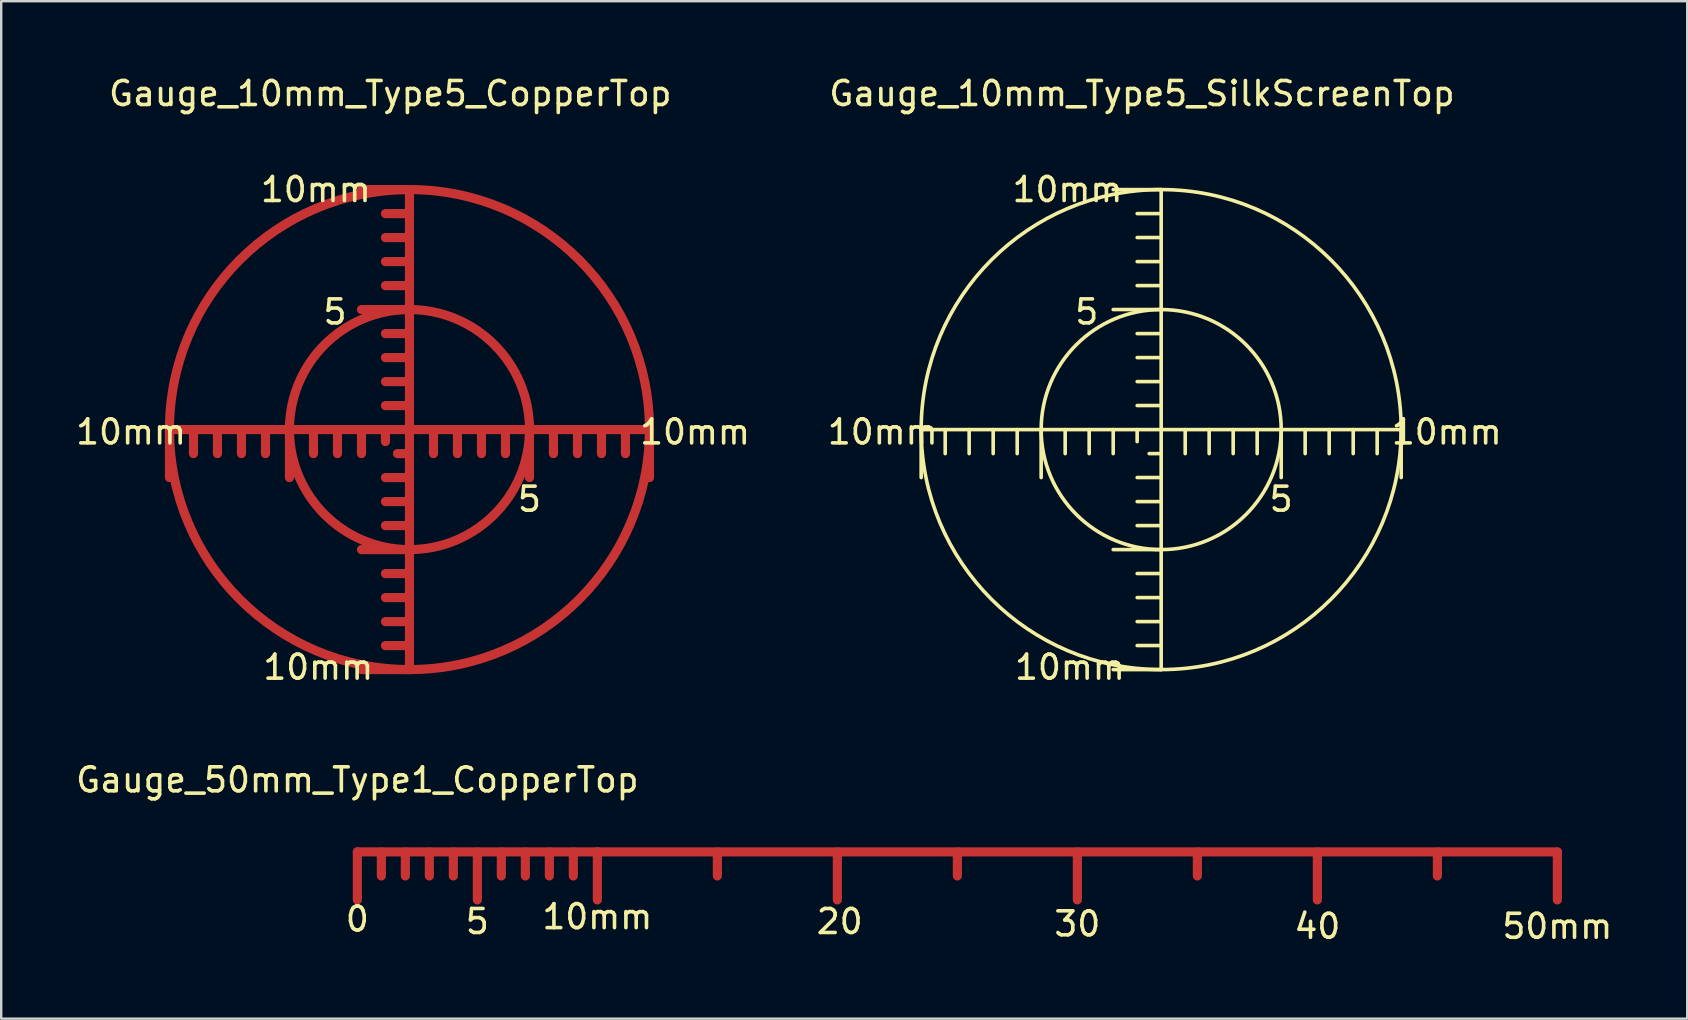
<source format=kicad_pcb>
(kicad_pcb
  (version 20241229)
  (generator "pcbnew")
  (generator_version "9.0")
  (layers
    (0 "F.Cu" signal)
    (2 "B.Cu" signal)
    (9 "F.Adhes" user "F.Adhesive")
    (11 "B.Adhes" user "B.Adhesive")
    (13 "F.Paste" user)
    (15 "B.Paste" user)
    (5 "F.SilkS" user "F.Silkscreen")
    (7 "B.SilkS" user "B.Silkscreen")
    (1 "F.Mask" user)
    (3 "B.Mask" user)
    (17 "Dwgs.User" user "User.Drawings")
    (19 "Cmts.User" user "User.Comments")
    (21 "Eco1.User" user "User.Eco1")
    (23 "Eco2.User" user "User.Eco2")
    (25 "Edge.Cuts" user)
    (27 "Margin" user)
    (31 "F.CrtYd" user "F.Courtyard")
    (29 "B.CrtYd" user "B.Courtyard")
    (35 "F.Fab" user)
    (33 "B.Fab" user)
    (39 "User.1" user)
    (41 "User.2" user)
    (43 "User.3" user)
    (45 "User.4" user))
  (footprint "Gauge_10mm_Type5_CopperTop"
    (layer "F.Cu")
    (at 14.011 14.849)
    (property "Reference" "Gauge_10mm_Type5_CopperTop" (at -0.8 -14 0) (layer "F.SilkS") (effects (font (size 1 1) (thickness 0.15))))
    (attr through_hole)
    (fp_line (start -10 0) (end -10 1.999) (stroke (width 0.381) (type solid)) (layer "F.Cu"))
    (fp_line (start -8.999 0) (end -8.999 1.001) (stroke (width 0.381) (type solid)) (layer "F.Cu"))
    (fp_line (start -8.001 0) (end -8.001 1.001) (stroke (width 0.381) (type solid)) (layer "F.Cu"))
    (fp_line (start -7 0) (end -7 1.001) (stroke (width 0.381) (type solid)) (layer "F.Cu"))
    (fp_line (start -5.999 0) (end -5.999 1.001) (stroke (width 0.381) (type solid)) (layer "F.Cu"))
    (fp_line (start -5.001 0) (end -5.001 1.999) (stroke (width 0.381) (type solid)) (layer "F.Cu"))
    (fp_line (start -4 0) (end -4 1.001) (stroke (width 0.381) (type solid)) (layer "F.Cu"))
    (fp_line (start -3 0) (end -3 1.001) (stroke (width 0.381) (type solid)) (layer "F.Cu"))
    (fp_line (start -1.999 0) (end -1.999 1.001) (stroke (width 0.381) (type solid)) (layer "F.Cu"))
    (fp_line (start -1.001 0) (end -1.001 0.5) (stroke (width 0.381) (type solid)) (layer "F.Cu"))
    (fp_line (start 0 -10) (end -1.999 -10) (stroke (width 0.381) (type solid)) (layer "F.Cu"))
    (fp_line (start 0 -8.999) (end -1.001 -8.999) (stroke (width 0.381) (type solid)) (layer "F.Cu"))
    (fp_line (start 0 -8.001) (end -1.001 -8.001) (stroke (width 0.381) (type solid)) (layer "F.Cu"))
    (fp_line (start 0 -7) (end -1.001 -7) (stroke (width 0.381) (type solid)) (layer "F.Cu"))
    (fp_line (start 0 -5.999) (end -1.001 -5.999) (stroke (width 0.381) (type solid)) (layer "F.Cu"))
    (fp_line (start 0 -5.001) (end -1.999 -5.001) (stroke (width 0.381) (type solid)) (layer "F.Cu"))
    (fp_line (start 0 -4) (end -1.001 -4) (stroke (width 0.381) (type solid)) (layer "F.Cu"))
    (fp_line (start 0 -3) (end -1.001 -3) (stroke (width 0.381) (type solid)) (layer "F.Cu"))
    (fp_line (start 0 -1.999) (end -1.001 -1.999) (stroke (width 0.381) (type solid)) (layer "F.Cu"))
    (fp_line (start 0 -1.001) (end -1.001 -1.001) (stroke (width 0.381) (type solid)) (layer "F.Cu"))
    (fp_line (start 0 0) (end -10 0) (stroke (width 0.381) (type solid)) (layer "F.Cu"))
    (fp_line (start 0 0) (end 0 -10) (stroke (width 0.381) (type solid)) (layer "F.Cu"))
    (fp_line (start 0 0) (end 0 1.999) (stroke (width 0.381) (type solid)) (layer "F.Cu"))
    (fp_line (start 0 0) (end 10 0) (stroke (width 0.381) (type solid)) (layer "F.Cu"))
    (fp_line (start 0 1.001) (end -0.5 1.001) (stroke (width 0.381) (type solid)) (layer "F.Cu"))
    (fp_line (start 0 1.999) (end -1.001 1.999) (stroke (width 0.381) (type solid)) (layer "F.Cu"))
    (fp_line (start 0 1.999) (end 0 10) (stroke (width 0.381) (type solid)) (layer "F.Cu"))
    (fp_line (start 0 3) (end -1.001 3) (stroke (width 0.381) (type solid)) (layer "F.Cu"))
    (fp_line (start 0 4) (end -1.001 4) (stroke (width 0.381) (type solid)) (layer "F.Cu"))
    (fp_line (start 0 5.001) (end -1.999 5.001) (stroke (width 0.381) (type solid)) (layer "F.Cu"))
    (fp_line (start 0 5.999) (end -1.001 5.999) (stroke (width 0.381) (type solid)) (layer "F.Cu"))
    (fp_line (start 0 7) (end -1.001 7) (stroke (width 0.381) (type solid)) (layer "F.Cu"))
    (fp_line (start 0 8.001) (end -1.001 8.001) (stroke (width 0.381) (type solid)) (layer "F.Cu"))
    (fp_line (start 0 8.999) (end -1.001 8.999) (stroke (width 0.381) (type solid)) (layer "F.Cu"))
    (fp_line (start 0 10) (end -1.999 10) (stroke (width 0.381) (type solid)) (layer "F.Cu"))
    (fp_line (start 1.001 0) (end 1.001 1.001) (stroke (width 0.381) (type solid)) (layer "F.Cu"))
    (fp_line (start 1.999 0) (end 1.999 1.001) (stroke (width 0.381) (type solid)) (layer "F.Cu"))
    (fp_line (start 3 0) (end 3 1.001) (stroke (width 0.381) (type solid)) (layer "F.Cu"))
    (fp_line (start 4 0) (end 4 1.001) (stroke (width 0.381) (type solid)) (layer "F.Cu"))
    (fp_line (start 5.001 0) (end 5.001 1.999) (stroke (width 0.381) (type solid)) (layer "F.Cu"))
    (fp_line (start 5.999 0) (end 5.999 1.001) (stroke (width 0.381) (type solid)) (layer "F.Cu"))
    (fp_line (start 7 0) (end 7 1.001) (stroke (width 0.381) (type solid)) (layer "F.Cu"))
    (fp_line (start 8.001 0) (end 8.001 1.001) (stroke (width 0.381) (type solid)) (layer "F.Cu"))
    (fp_line (start 8.999 0) (end 8.999 1.001) (stroke (width 0.381) (type solid)) (layer "F.Cu"))
    (fp_line (start 10 0) (end 10 1.999) (stroke (width 0.381) (type solid)) (layer "F.Cu"))
    (fp_circle (center 0 0) (end 5.001 0) (stroke (width 0.381) (type solid)) (fill no) (layer "F.Cu"))
    (fp_circle (center 0 0) (end 10 0) (stroke (width 0.381) (type solid)) (fill no) (layer "F.Cu"))
    (fp_text user "10mm" (at -3.8 9.901 0) (layer "F.SilkS") (effects (font (size 1 1) (thickness 0.15))))
    (fp_text user "5" (at -3.101 -4.9 0) (layer "F.SilkS") (effects (font (size 1 1) (thickness 0.15))))
    (fp_text user "10mm" (at -3.901 -10 0) (layer "F.SilkS") (effects (font (size 1 1) (thickness 0.15))))
    (fp_text user "10mm" (at 11.9 0.099 0) (layer "F.SilkS") (effects (font (size 1 1) (thickness 0.15))))
    (fp_text user "10mm" (at -11.6 0.099 0) (layer "F.SilkS") (effects (font (size 1 1) (thickness 0.15))))
    (fp_text user "5" (at 4.999 2.901 0) (layer "F.SilkS") (effects (font (size 1 1) (thickness 0.15)))))
  (footprint "Gauge_10mm_Type5_SilkScreenTop"
    (layer "F.Cu")
    (at 45.332 14.849)
    (property "Reference" "Gauge_10mm_Type5_SilkScreenTop" (at -0.8 -14 0) (layer "F.SilkS") (effects (font (size 1 1) (thickness 0.15))))
    (attr through_hole)
    (fp_line (start -10 0) (end -10 1.999) (stroke (width 0.15) (type solid)) (layer "F.SilkS"))
    (fp_line (start -8.999 0) (end -8.999 1.001) (stroke (width 0.15) (type solid)) (layer "F.SilkS"))
    (fp_line (start -8.001 0) (end -8.001 1.001) (stroke (width 0.15) (type solid)) (layer "F.SilkS"))
    (fp_line (start -7 0) (end -7 1.001) (stroke (width 0.15) (type solid)) (layer "F.SilkS"))
    (fp_line (start -5.999 0) (end -5.999 1.001) (stroke (width 0.15) (type solid)) (layer "F.SilkS"))
    (fp_line (start -5.001 0) (end -5.001 1.999) (stroke (width 0.15) (type solid)) (layer "F.SilkS"))
    (fp_line (start -4 0) (end -4 1.001) (stroke (width 0.15) (type solid)) (layer "F.SilkS"))
    (fp_line (start -3 0) (end -3 1.001) (stroke (width 0.15) (type solid)) (layer "F.SilkS"))
    (fp_line (start -1.999 0) (end -1.999 1.001) (stroke (width 0.15) (type solid)) (layer "F.SilkS"))
    (fp_line (start -1.001 0) (end -1.001 0.5) (stroke (width 0.15) (type solid)) (layer "F.SilkS"))
    (fp_line (start 0 -10) (end -1.999 -10) (stroke (width 0.15) (type solid)) (layer "F.SilkS"))
    (fp_line (start 0 -8.999) (end -1.001 -8.999) (stroke (width 0.15) (type solid)) (layer "F.SilkS"))
    (fp_line (start 0 -8.001) (end -1.001 -8.001) (stroke (width 0.15) (type solid)) (layer "F.SilkS"))
    (fp_line (start 0 -7) (end -1.001 -7) (stroke (width 0.15) (type solid)) (layer "F.SilkS"))
    (fp_line (start 0 -5.999) (end -1.001 -5.999) (stroke (width 0.15) (type solid)) (layer "F.SilkS"))
    (fp_line (start 0 -5.001) (end -1.999 -5.001) (stroke (width 0.15) (type solid)) (layer "F.SilkS"))
    (fp_line (start 0 -4) (end -1.001 -4) (stroke (width 0.15) (type solid)) (layer "F.SilkS"))
    (fp_line (start 0 -3) (end -1.001 -3) (stroke (width 0.15) (type solid)) (layer "F.SilkS"))
    (fp_line (start 0 -1.999) (end -1.001 -1.999) (stroke (width 0.15) (type solid)) (layer "F.SilkS"))
    (fp_line (start 0 -1.001) (end -1.001 -1.001) (stroke (width 0.15) (type solid)) (layer "F.SilkS"))
    (fp_line (start 0 0) (end -10 0) (stroke (width 0.15) (type solid)) (layer "F.SilkS"))
    (fp_line (start 0 0) (end 0 -10) (stroke (width 0.15) (type solid)) (layer "F.SilkS"))
    (fp_line (start 0 0) (end 0 1.999) (stroke (width 0.15) (type solid)) (layer "F.SilkS"))
    (fp_line (start 0 0) (end 10 0) (stroke (width 0.15) (type solid)) (layer "F.SilkS"))
    (fp_line (start 0 1.001) (end -0.5 1.001) (stroke (width 0.15) (type solid)) (layer "F.SilkS"))
    (fp_line (start 0 1.999) (end -1.001 1.999) (stroke (width 0.15) (type solid)) (layer "F.SilkS"))
    (fp_line (start 0 1.999) (end 0 10) (stroke (width 0.15) (type solid)) (layer "F.SilkS"))
    (fp_line (start 0 3) (end -1.001 3) (stroke (width 0.15) (type solid)) (layer "F.SilkS"))
    (fp_line (start 0 4) (end -1.001 4) (stroke (width 0.15) (type solid)) (layer "F.SilkS"))
    (fp_line (start 0 5.001) (end -1.999 5.001) (stroke (width 0.15) (type solid)) (layer "F.SilkS"))
    (fp_line (start 0 5.999) (end -1.001 5.999) (stroke (width 0.15) (type solid)) (layer "F.SilkS"))
    (fp_line (start 0 7) (end -1.001 7) (stroke (width 0.15) (type solid)) (layer "F.SilkS"))
    (fp_line (start 0 8.001) (end -1.001 8.001) (stroke (width 0.15) (type solid)) (layer "F.SilkS"))
    (fp_line (start 0 8.999) (end -1.001 8.999) (stroke (width 0.15) (type solid)) (layer "F.SilkS"))
    (fp_line (start 0 10) (end -1.999 10) (stroke (width 0.15) (type solid)) (layer "F.SilkS"))
    (fp_line (start 1.001 0) (end 1.001 1.001) (stroke (width 0.15) (type solid)) (layer "F.SilkS"))
    (fp_line (start 1.999 0) (end 1.999 1.001) (stroke (width 0.15) (type solid)) (layer "F.SilkS"))
    (fp_line (start 3 0) (end 3 1.001) (stroke (width 0.15) (type solid)) (layer "F.SilkS"))
    (fp_line (start 4 0) (end 4 1.001) (stroke (width 0.15) (type solid)) (layer "F.SilkS"))
    (fp_line (start 5.001 0) (end 5.001 1.999) (stroke (width 0.15) (type solid)) (layer "F.SilkS"))
    (fp_line (start 5.999 0) (end 5.999 1.001) (stroke (width 0.15) (type solid)) (layer "F.SilkS"))
    (fp_line (start 7 0) (end 7 1.001) (stroke (width 0.15) (type solid)) (layer "F.SilkS"))
    (fp_line (start 8.001 0) (end 8.001 1.001) (stroke (width 0.15) (type solid)) (layer "F.SilkS"))
    (fp_line (start 8.999 0) (end 8.999 1.001) (stroke (width 0.15) (type solid)) (layer "F.SilkS"))
    (fp_line (start 10 0) (end 10 1.999) (stroke (width 0.15) (type solid)) (layer "F.SilkS"))
    (fp_circle (center 0 0) (end 5.001 0) (stroke (width 0.15) (type solid)) (fill no) (layer "F.SilkS"))
    (fp_circle (center 0 0) (end 10 0) (stroke (width 0.15) (type solid)) (fill no) (layer "F.SilkS"))
    (fp_text user "10mm" (at -3.8 9.901 0) (layer "F.SilkS") (effects (font (size 1 1) (thickness 0.15))))
    (fp_text user "10mm" (at -11.6 0.099 0) (layer "F.SilkS") (effects (font (size 1 1) (thickness 0.15))))
    (fp_text user "10mm" (at 11.9 0.099 0) (layer "F.SilkS") (effects (font (size 1 1) (thickness 0.15))))
    (fp_text user "5" (at 4.999 2.901 0) (layer "F.SilkS") (effects (font (size 1 1) (thickness 0.15))))
    (fp_text user "5" (at -3.101 -4.9 0) (layer "F.SilkS") (effects (font (size 1 1) (thickness 0.15))))
    (fp_text user "10mm" (at -3.901 -10 0) (layer "F.SilkS") (effects (font (size 1 1) (thickness 0.15)))))
  (footprint "Gauge_50mm_Type1_CopperTop"
    (layer "F.Cu")
    (at 11.839 32.446)
    (property "Reference" "Gauge_50mm_Type1_CopperTop" (at 0 -3 0) (layer "F.SilkS") (effects (font (size 1 1) (thickness 0.15))))
    (attr through_hole)
    (fp_line (start 0 0) (end 0 1.999) (stroke (width 0.381) (type solid)) (layer "F.Cu"))
    (fp_line (start 0 0) (end 10 0) (stroke (width 0.381) (type solid)) (layer "F.Cu"))
    (fp_line (start 1.001 0) (end 1.001 1.001) (stroke (width 0.381) (type solid)) (layer "F.Cu"))
    (fp_line (start 1.999 0) (end 1.999 1.001) (stroke (width 0.381) (type solid)) (layer "F.Cu"))
    (fp_line (start 3 0) (end 3 1.001) (stroke (width 0.381) (type solid)) (layer "F.Cu"))
    (fp_line (start 4 0) (end 4 1.001) (stroke (width 0.381) (type solid)) (layer "F.Cu"))
    (fp_line (start 5.001 0) (end 5.001 1.999) (stroke (width 0.381) (type solid)) (layer "F.Cu"))
    (fp_line (start 5.999 0) (end 5.999 1.001) (stroke (width 0.381) (type solid)) (layer "F.Cu"))
    (fp_line (start 7 0) (end 7 1.001) (stroke (width 0.381) (type solid)) (layer "F.Cu"))
    (fp_line (start 8.001 0) (end 8.001 1.001) (stroke (width 0.381) (type solid)) (layer "F.Cu"))
    (fp_line (start 8.999 0) (end 8.999 1.001) (stroke (width 0.381) (type solid)) (layer "F.Cu"))
    (fp_line (start 10 0) (end 10 1.999) (stroke (width 0.381) (type solid)) (layer "F.Cu"))
    (fp_line (start 10 0) (end 50 0) (stroke (width 0.381) (type solid)) (layer "F.Cu"))
    (fp_line (start 15.001 0) (end 15.001 1.001) (stroke (width 0.381) (type solid)) (layer "F.Cu"))
    (fp_line (start 20 0) (end 20 1.999) (stroke (width 0.381) (type solid)) (layer "F.Cu"))
    (fp_line (start 25.001 0) (end 25.001 1.001) (stroke (width 0.381) (type solid)) (layer "F.Cu"))
    (fp_line (start 30 0) (end 30 1.999) (stroke (width 0.381) (type solid)) (layer "F.Cu"))
    (fp_line (start 35.001 0) (end 35.001 1.001) (stroke (width 0.381) (type solid)) (layer "F.Cu"))
    (fp_line (start 40 0) (end 40 1.999) (stroke (width 0.381) (type solid)) (layer "F.Cu"))
    (fp_line (start 45.001 0) (end 45.001 1.001) (stroke (width 0.381) (type solid)) (layer "F.Cu"))
    (fp_line (start 50 0) (end 50 1.999) (stroke (width 0.381) (type solid)) (layer "F.Cu"))
    (fp_text user "40" (at 40 3.101 0) (layer "F.SilkS") (effects (font (size 1 1) (thickness 0.15))))
    (fp_text user "10mm" (at 10 2.7 0) (layer "F.SilkS") (effects (font (size 1 1) (thickness 0.15))))
    (fp_text user "5" (at 4.999 2.901 0) (layer "F.SilkS") (effects (font (size 1 1) (thickness 0.15))))
    (fp_text user "0" (at 0 2.799 0) (layer "F.SilkS") (effects (font (size 1 1) (thickness 0.15))))
    (fp_text user "30" (at 30 3 0) (layer "F.SilkS") (effects (font (size 1 1) (thickness 0.15))))
    (fp_text user "50mm" (at 50 3.101 0) (layer "F.SilkS") (effects (font (size 1 1) (thickness 0.15))))
    (fp_text user "20" (at 20.099 2.901 0) (layer "F.SilkS") (effects (font (size 1 1) (thickness 0.15)))))
  (gr_rect
    (start -3 -3)
    (end 67.25 39.395)
    (stroke (width 0.1) (type default))
    (fill no)
    (layer "Edge.Cuts")))
</source>
